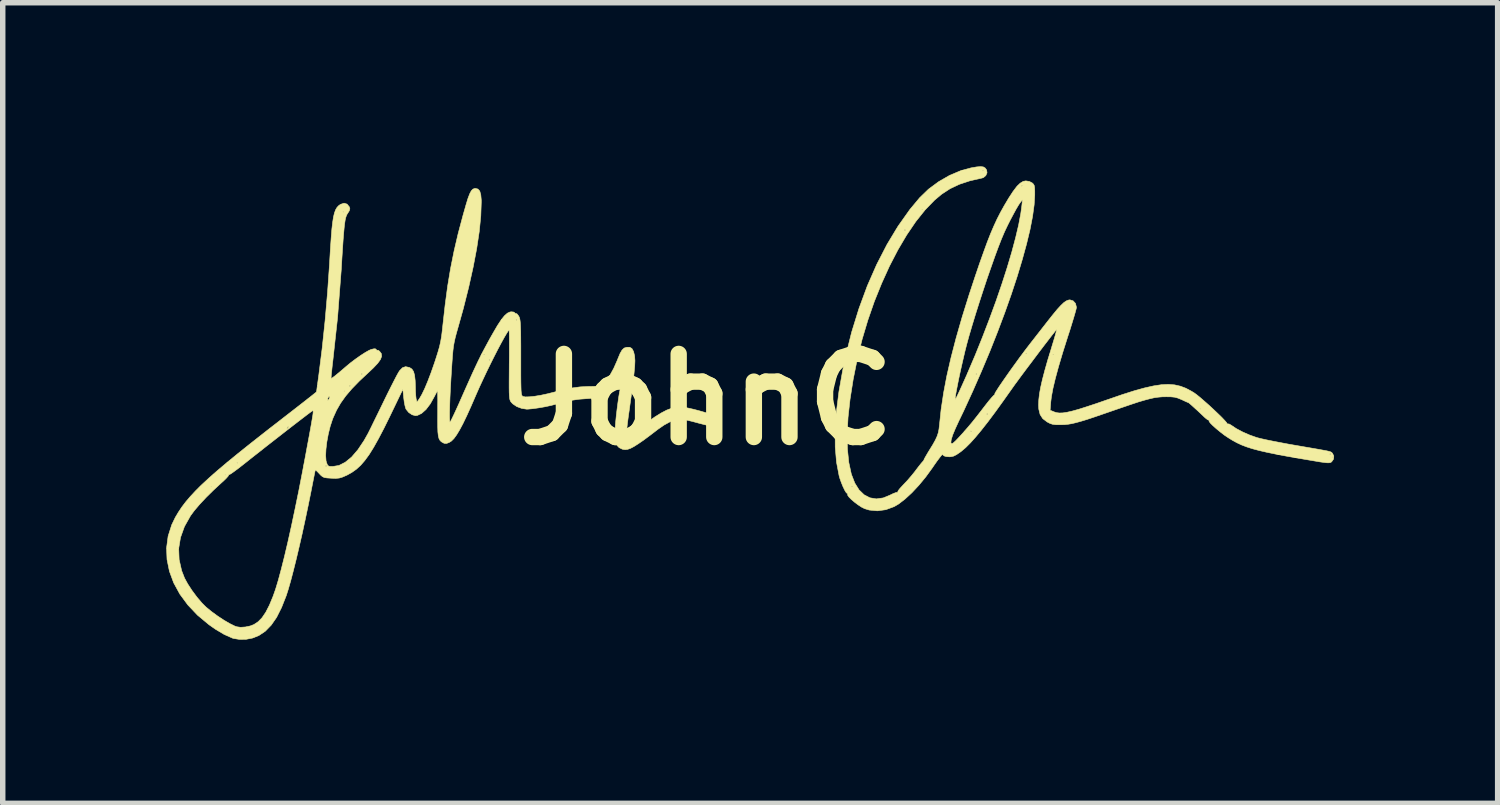
<source format=kicad_pcb>
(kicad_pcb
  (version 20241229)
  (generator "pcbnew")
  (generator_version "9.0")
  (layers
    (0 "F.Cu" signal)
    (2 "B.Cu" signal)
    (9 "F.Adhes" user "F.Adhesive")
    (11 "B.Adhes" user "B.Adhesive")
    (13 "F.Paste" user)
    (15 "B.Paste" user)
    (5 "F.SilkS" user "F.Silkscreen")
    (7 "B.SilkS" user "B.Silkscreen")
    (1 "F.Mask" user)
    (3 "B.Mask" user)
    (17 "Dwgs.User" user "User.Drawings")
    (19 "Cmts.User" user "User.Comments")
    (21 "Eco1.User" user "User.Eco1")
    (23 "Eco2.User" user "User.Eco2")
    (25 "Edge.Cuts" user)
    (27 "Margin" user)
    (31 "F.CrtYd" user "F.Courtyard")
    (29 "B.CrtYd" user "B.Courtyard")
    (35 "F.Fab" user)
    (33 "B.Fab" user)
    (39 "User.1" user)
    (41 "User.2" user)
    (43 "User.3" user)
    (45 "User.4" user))
  (footprint "JohnC"
    (layer "F.Cu")
    (at 9.904 4.275)
    (property "Reference" "JohnC" (at 0 0 0) (layer "F.SilkS") (effects (font (size 1.524 1.524) (thickness 0.3))))
    (attr through_hole)
    (fp_poly (pts (xy 5.079 -4.264) (xy 5.113 -4.244) (xy 5.138 -4.21) (xy 5.14 -4.205) (xy 5.147 -4.156) (xy 5.125 -4.106) (xy 5.082 -4.069) (xy 5.055 -4.06) (xy 4.832 -4.009) (xy 4.639 -3.945) (xy 4.47 -3.865) (xy 4.315 -3.764) (xy 4.183 -3.653) (xy 4.011 -3.475) (xy 3.84 -3.261) (xy 3.673 -3.015) (xy 3.512 -2.742) (xy 3.358 -2.445) (xy 3.214 -2.128) (xy 3.08 -1.796) (xy 2.961 -1.453) (xy 2.856 -1.102) (xy 2.77 -0.754) (xy 2.692 -0.366) (xy 2.635 -0.004) (xy 2.598 0.33) (xy 2.582 0.636) (xy 2.587 0.912) (xy 2.612 1.156) (xy 2.658 1.368) (xy 2.661 1.377) (xy 2.722 1.534) (xy 2.8 1.659) (xy 2.893 1.749) (xy 2.999 1.804) (xy 3.117 1.824) (xy 3.244 1.806) (xy 3.361 1.758) (xy 3.425 1.727) (xy 3.475 1.708) (xy 3.502 1.703) (xy 3.503 1.704) (xy 3.511 1.702) (xy 3.509 1.695) (xy 3.519 1.672) (xy 3.552 1.63) (xy 3.601 1.577) (xy 3.617 1.56) (xy 3.685 1.488) (xy 3.761 1.4) (xy 3.831 1.313) (xy 3.845 1.293) (xy 3.896 1.227) (xy 3.938 1.174) (xy 3.966 1.141) (xy 3.974 1.134) (xy 3.989 1.112) (xy 3.989 1.111) (xy 3.998 1.088) (xy 4.025 1.04) (xy 4.063 0.975) (xy 4.085 0.939) (xy 4.152 0.83) (xy 4.2 0.744) (xy 4.232 0.674) (xy 4.253 0.61) (xy 4.266 0.544) (xy 4.275 0.466) (xy 4.305 0.181) (xy 4.335 -0.015) (xy 4.562 -0.015) (xy 4.564 0) (xy 4.576 -0.017) (xy 4.601 -0.067) (xy 4.637 -0.143) (xy 4.682 -0.241) (xy 4.734 -0.357) (xy 4.783 -0.466) (xy 4.941 -0.466) (xy 4.951 -0.456) (xy 4.961 -0.466) (xy 4.951 -0.476) (xy 4.941 -0.466) (xy 4.783 -0.466) (xy 4.79 -0.484) (xy 4.932 -0.816) (xy 5.066 -1.149) (xy 5.193 -1.48) (xy 5.312 -1.804) (xy 5.42 -2.119) (xy 5.517 -2.42) (xy 5.601 -2.703) (xy 5.671 -2.965) (xy 5.727 -3.202) (xy 5.766 -3.41) (xy 5.784 -3.542) (xy 5.797 -3.661) (xy 5.757 -3.612) (xy 5.725 -3.565) (xy 5.681 -3.491) (xy 5.63 -3.397) (xy 5.574 -3.292) (xy 5.52 -3.184) (xy 5.471 -3.081) (xy 5.46 -3.056) (xy 5.41 -2.938) (xy 5.352 -2.789) (xy 5.287 -2.613) (xy 5.218 -2.417) (xy 5.145 -2.208) (xy 5.073 -1.99) (xy 5.002 -1.772) (xy 4.934 -1.557) (xy 4.872 -1.353) (xy 4.817 -1.166) (xy 4.772 -1.002) (xy 4.771 -0.997) (xy 4.741 -0.879) (xy 4.711 -0.75) (xy 4.68 -0.616) (xy 4.65 -0.482) (xy 4.623 -0.354) (xy 4.6 -0.238) (xy 4.581 -0.139) (xy 4.568 -0.063) (xy 4.562 -0.015) (xy 4.335 -0.015) (xy 4.35 -0.118) (xy 4.41 -0.433) (xy 4.487 -0.768) (xy 4.58 -1.126) (xy 4.69 -1.509) (xy 4.819 -1.922) (xy 4.928 -2.252) (xy 5.01 -2.493) (xy 5.084 -2.701) (xy 5.15 -2.882) (xy 5.212 -3.04) (xy 5.272 -3.18) (xy 5.331 -3.308) (xy 5.393 -3.429) (xy 5.459 -3.548) (xy 5.532 -3.671) (xy 5.54 -3.685) (xy 5.622 -3.811) (xy 5.692 -3.904) (xy 5.707 -3.919) (xy 5.775 -3.919) (xy 5.784 -3.909) (xy 5.794 -3.919) (xy 5.784 -3.929) (xy 5.775 -3.919) (xy 5.707 -3.919) (xy 5.754 -3.965) (xy 5.81 -3.999) (xy 5.859 -4.008) (xy 5.924 -3.997) (xy 5.976 -3.97) (xy 5.998 -3.949) (xy 6.012 -3.924) (xy 6.019 -3.885) (xy 6.022 -3.823) (xy 6.022 -3.747) (xy 6.011 -3.568) (xy 5.982 -3.357) (xy 5.936 -3.118) (xy 5.872 -2.852) (xy 5.793 -2.564) (xy 5.7 -2.256) (xy 5.593 -1.931) (xy 5.473 -1.592) (xy 5.341 -1.241) (xy 5.199 -0.882) (xy 5.046 -0.518) (xy 4.885 -0.151) (xy 4.717 0.215) (xy 4.631 0.393) (xy 4.564 0.539) (xy 4.516 0.654) (xy 4.49 0.739) (xy 4.484 0.793) (xy 4.499 0.813) (xy 4.502 0.814) (xy 4.527 0.799) (xy 4.573 0.757) (xy 4.634 0.693) (xy 4.708 0.612) (xy 4.731 0.585) (xy 4.842 0.585) (xy 4.852 0.595) (xy 4.862 0.585) (xy 4.852 0.575) (xy 4.842 0.585) (xy 4.731 0.585) (xy 4.79 0.518) (xy 4.876 0.416) (xy 4.961 0.309) (xy 4.993 0.268) (xy 5.14 0.268) (xy 5.149 0.278) (xy 5.159 0.268) (xy 5.149 0.258) (xy 5.14 0.268) (xy 4.993 0.268) (xy 5.043 0.204) (xy 5.048 0.197) (xy 5.118 0.106) (xy 5.18 0.027) (xy 5.232 -0.034) (xy 5.267 -0.072) (xy 5.283 -0.084) (xy 5.292 -0.091) (xy 5.288 -0.099) (xy 5.296 -0.12) (xy 5.325 -0.167) (xy 5.371 -0.238) (xy 5.431 -0.326) (xy 5.502 -0.428) (xy 5.58 -0.539) (xy 5.663 -0.654) (xy 5.747 -0.77) (xy 5.802 -0.843) (xy 5.854 -0.843) (xy 5.864 -0.833) (xy 5.874 -0.843) (xy 5.864 -0.853) (xy 5.854 -0.843) (xy 5.802 -0.843) (xy 5.829 -0.88) (xy 5.906 -0.981) (xy 5.945 -1.032) (xy 5.987 -1.085) (xy 6.046 -1.161) (xy 6.118 -1.253) (xy 6.195 -1.352) (xy 6.248 -1.42) (xy 6.351 -1.55) (xy 6.434 -1.651) (xy 6.502 -1.725) (xy 6.557 -1.777) (xy 6.603 -1.808) (xy 6.643 -1.823) (xy 6.667 -1.826) (xy 6.726 -1.808) (xy 6.769 -1.761) (xy 6.786 -1.694) (xy 6.787 -1.689) (xy 6.781 -1.658) (xy 6.764 -1.595) (xy 6.738 -1.505) (xy 6.704 -1.394) (xy 6.665 -1.267) (xy 6.625 -1.145) (xy 6.534 -0.857) (xy 6.459 -0.604) (xy 6.4 -0.387) (xy 6.356 -0.203) (xy 6.328 -0.052) (xy 6.316 0.044) (xy 6.304 0.198) (xy 6.379 0.229) (xy 6.423 0.243) (xy 6.475 0.249) (xy 6.538 0.247) (xy 6.616 0.235) (xy 6.712 0.213) (xy 6.831 0.18) (xy 6.975 0.134) (xy 7.148 0.077) (xy 7.355 0.005) (xy 7.382 -0.004) (xy 7.631 -0.09) (xy 7.848 -0.159) (xy 8.036 -0.211) (xy 8.201 -0.248) (xy 8.345 -0.27) (xy 8.472 -0.276) (xy 8.587 -0.267) (xy 8.693 -0.243) (xy 8.793 -0.205) (xy 8.893 -0.152) (xy 8.946 -0.12) (xy 8.994 -0.085) (xy 9.06 -0.031) (xy 9.136 0.035) (xy 9.219 0.108) (xy 9.302 0.185) (xy 9.381 0.26) (xy 9.451 0.328) (xy 9.505 0.385) (xy 9.54 0.425) (xy 9.549 0.443) (xy 9.556 0.451) (xy 9.562 0.448) (xy 9.588 0.451) (xy 9.627 0.474) (xy 9.627 0.474) (xy 9.718 0.535) (xy 9.835 0.597) (xy 9.963 0.653) (xy 10.09 0.698) (xy 10.104 0.702) (xy 10.171 0.719) (xy 10.27 0.741) (xy 10.393 0.766) (xy 10.533 0.793) (xy 10.682 0.821) (xy 10.809 0.843) (xy 10.983 0.873) (xy 11.123 0.897) (xy 11.232 0.916) (xy 11.314 0.931) (xy 11.373 0.942) (xy 11.414 0.951) (xy 11.441 0.959) (xy 11.457 0.966) (xy 11.467 0.973) (xy 11.475 0.981) (xy 11.48 0.985) (xy 11.506 1.037) (xy 11.501 1.095) (xy 11.469 1.141) (xy 11.456 1.152) (xy 11.44 1.159) (xy 11.417 1.162) (xy 11.381 1.162) (xy 11.328 1.156) (xy 11.255 1.146) (xy 11.155 1.129) (xy 11.024 1.107) (xy 10.889 1.084) (xy 10.762 1.062) (xy 11.47 1.062) (xy 11.48 1.072) (xy 11.49 1.062) (xy 11.48 1.052) (xy 11.47 1.062) (xy 10.762 1.062) (xy 10.653 1.043) (xy 10.452 1.005) (xy 10.437 1.002) (xy 11.43 1.002) (xy 11.44 1.012) (xy 11.45 1.002) (xy 11.44 0.992) (xy 11.43 1.002) (xy 10.437 1.002) (xy 10.281 0.97) (xy 10.137 0.937) (xy 10.013 0.904) (xy 9.907 0.87) (xy 9.813 0.834) (xy 9.728 0.794) (xy 9.646 0.749) (xy 9.573 0.704) (xy 9.5 0.655) (xy 9.425 0.597) (xy 9.353 0.538) (xy 9.29 0.482) (xy 9.244 0.436) (xy 9.22 0.404) (xy 9.219 0.394) (xy 9.219 0.381) (xy 9.214 0.381) (xy 9.191 0.372) (xy 9.153 0.342) (xy 9.136 0.327) (xy 9.073 0.267) (xy 9.006 0.204) (xy 8.967 0.169) (xy 9.049 0.169) (xy 9.059 0.179) (xy 9.069 0.169) (xy 9.059 0.159) (xy 9.049 0.169) (xy 8.967 0.169) (xy 8.943 0.147) (xy 8.89 0.099) (xy 8.853 0.068) (xy 8.841 0.059) (xy 8.819 0.051) (xy 8.772 0.03) (xy 8.717 0.004) (xy 8.649 -0.024) (xy 8.587 -0.041) (xy 8.515 -0.048) (xy 8.434 -0.049) (xy 8.362 -0.048) (xy 8.293 -0.042) (xy 8.219 -0.032) (xy 8.138 -0.014) (xy 8.043 0.011) (xy 7.93 0.044) (xy 7.794 0.089) (xy 7.63 0.145) (xy 7.464 0.202) (xy 7.27 0.269) (xy 7.11 0.324) (xy 6.978 0.368) (xy 6.869 0.401) (xy 6.778 0.426) (xy 6.702 0.444) (xy 6.636 0.455) (xy 6.575 0.462) (xy 6.513 0.464) (xy 6.499 0.464) (xy 6.413 0.464) (xy 6.353 0.457) (xy 6.303 0.441) (xy 6.251 0.414) (xy 6.248 0.412) (xy 6.169 0.352) (xy 6.12 0.276) (xy 6.096 0.178) (xy 6.092 0.103) (xy 6.096 0.008) (xy 6.108 -0.099) (xy 6.13 -0.221) (xy 6.162 -0.362) (xy 6.205 -0.527) (xy 6.26 -0.721) (xy 6.292 -0.824) (xy 6.35 -0.824) (xy 6.36 -0.814) (xy 6.37 -0.824) (xy 6.36 -0.833) (xy 6.35 -0.824) (xy 6.292 -0.824) (xy 6.329 -0.946) (xy 6.333 -0.96) (xy 6.365 -1.065) (xy 6.392 -1.156) (xy 6.412 -1.227) (xy 6.422 -1.271) (xy 6.424 -1.282) (xy 6.411 -1.269) (xy 6.378 -1.228) (xy 6.327 -1.163) (xy 6.264 -1.081) (xy 6.189 -0.984) (xy 6.108 -0.877) (xy 6.023 -0.764) (xy 5.938 -0.651) (xy 5.855 -0.541) (xy 5.779 -0.439) (xy 5.713 -0.349) (xy 5.659 -0.276) (xy 5.625 -0.228) (xy 5.453 0.015) (xy 5.301 0.226) (xy 5.165 0.408) (xy 5.044 0.562) (xy 4.937 0.691) (xy 4.842 0.797) (xy 4.756 0.883) (xy 4.678 0.949) (xy 4.657 0.965) (xy 4.587 1.013) (xy 4.533 1.04) (xy 4.482 1.051) (xy 4.454 1.052) (xy 4.399 1.048) (xy 4.362 1.037) (xy 4.356 1.032) (xy 4.331 1.013) (xy 4.326 1.012) (xy 4.309 1.028) (xy 4.275 1.071) (xy 4.227 1.135) (xy 4.171 1.215) (xy 4.144 1.255) (xy 4.024 1.42) (xy 3.897 1.574) (xy 3.768 1.712) (xy 3.642 1.828) (xy 3.525 1.918) (xy 3.443 1.966) (xy 3.291 2.022) (xy 3.137 2.043) (xy 2.988 2.029) (xy 2.902 2.003) (xy 2.846 1.975) (xy 2.782 1.933) (xy 2.717 1.884) (xy 2.658 1.834) (xy 2.614 1.789) (xy 2.591 1.756) (xy 2.591 1.744) (xy 2.589 1.727) (xy 2.584 1.726) (xy 2.564 1.709) (xy 2.536 1.663) (xy 2.505 1.597) (xy 2.659 1.597) (xy 2.669 1.607) (xy 2.679 1.597) (xy 2.669 1.587) (xy 2.659 1.597) (xy 2.505 1.597) (xy 2.504 1.596) (xy 2.473 1.519) (xy 2.445 1.44) (xy 2.434 1.399) (xy 2.387 1.152) (xy 2.363 0.873) (xy 2.362 0.564) (xy 2.385 0.225) (xy 2.431 -0.144) (xy 2.501 -0.54) (xy 2.552 -0.784) (xy 2.664 -1.233) (xy 2.798 -1.666) (xy 2.951 -2.081) (xy 3.123 -2.473) (xy 3.312 -2.84) (xy 3.472 -3.106) (xy 3.631 -3.106) (xy 3.641 -3.096) (xy 3.651 -3.106) (xy 3.641 -3.115) (xy 3.631 -3.106) (xy 3.472 -3.106) (xy 3.516 -3.178) (xy 3.732 -3.483) (xy 3.949 -3.483) (xy 3.959 -3.473) (xy 3.969 -3.483) (xy 3.959 -3.493) (xy 3.949 -3.483) (xy 3.732 -3.483) (xy 3.733 -3.484) (xy 3.913 -3.7) (xy 4.073 -3.855) (xy 4.258 -3.992) (xy 4.459 -4.108) (xy 4.665 -4.195) (xy 4.673 -4.197) (xy 5.06 -4.197) (xy 5.07 -4.187) (xy 5.08 -4.197) (xy 5.07 -4.207) (xy 5.06 -4.197) (xy 4.673 -4.197) (xy 4.852 -4.246) (xy 4.956 -4.264) (xy 5.029 -4.27) (xy 5.079 -4.264)) (stroke (width 0.01) (type solid)) (fill yes) (layer "F.SilkS"))
    (fp_poly (pts (xy -4.189 -3.858) (xy -4.156 -3.821) (xy -4.137 -3.755) (xy -4.128 -3.656) (xy -4.128 -3.612) (xy -4.137 -3.363) (xy -4.165 -3.08) (xy -4.212 -2.767) (xy -4.277 -2.426) (xy -4.359 -2.057) (xy -4.458 -1.664) (xy -4.553 -1.324) (xy -4.583 -1.219) (xy -4.606 -1.132) (xy -4.623 -1.055) (xy -4.637 -0.98) (xy -4.647 -0.897) (xy -4.656 -0.798) (xy -4.665 -0.673) (xy -4.672 -0.57) (xy -4.684 -0.378) (xy -4.694 -0.198) (xy -4.702 -0.034) (xy -4.707 0.11) (xy -4.71 0.231) (xy -4.71 0.325) (xy -4.708 0.388) (xy -4.703 0.416) (xy -4.702 0.417) (xy -4.69 0.399) (xy -4.665 0.351) (xy -4.629 0.276) (xy -4.585 0.181) (xy -4.535 0.071) (xy -4.515 0.025) (xy -4.427 -0.174) (xy -4.352 -0.342) (xy -4.288 -0.485) (xy -4.231 -0.607) (xy -4.18 -0.715) (xy -4.175 -0.724) (xy -3.989 -0.724) (xy -3.979 -0.714) (xy -3.969 -0.724) (xy -3.979 -0.734) (xy -3.989 -0.724) (xy -4.175 -0.724) (xy -4.131 -0.814) (xy -4.126 -0.824) (xy -4.088 -0.824) (xy -4.078 -0.814) (xy -4.068 -0.824) (xy -4.078 -0.833) (xy -4.088 -0.824) (xy -4.126 -0.824) (xy -4.081 -0.909) (xy -4.029 -1.006) (xy -3.972 -1.111) (xy -3.912 -1.217) (xy -3.831 -1.356) (xy -3.763 -1.459) (xy -3.493 -1.459) (xy -3.483 -1.449) (xy -3.473 -1.459) (xy -3.483 -1.468) (xy -3.493 -1.459) (xy -3.763 -1.459) (xy -3.762 -1.461) (xy -3.702 -1.535) (xy -3.649 -1.582) (xy -3.601 -1.604) (xy -3.575 -1.607) (xy -3.532 -1.602) (xy -3.512 -1.587) (xy -3.512 -1.586) (xy -3.5 -1.574) (xy -3.493 -1.577) (xy -3.473 -1.569) (xy -3.446 -1.535) (xy -3.439 -1.524) (xy -3.429 -1.503) (xy -3.422 -1.478) (xy -3.416 -1.443) (xy -3.411 -1.395) (xy -3.408 -1.329) (xy -3.405 -1.241) (xy -3.404 -1.127) (xy -3.403 -0.982) (xy -3.403 -0.803) (xy -3.403 -0.768) (xy -3.403 -0.584) (xy -3.403 -0.435) (xy -3.402 -0.319) (xy -3.4 -0.23) (xy -3.398 -0.165) (xy -3.394 -0.119) (xy -3.389 -0.089) (xy -3.382 -0.071) (xy -3.373 -0.061) (xy -3.364 -0.055) (xy -3.321 -0.046) (xy -3.247 -0.048) (xy -3.149 -0.058) (xy -3.034 -0.077) (xy -2.909 -0.104) (xy -2.791 -0.134) (xy -2.733 -0.149) (xy -1.746 -0.149) (xy -1.736 -0.139) (xy -1.726 -0.149) (xy -1.736 -0.159) (xy -1.746 -0.149) (xy -2.733 -0.149) (xy -2.612 -0.18) (xy -2.457 -0.211) (xy -2.316 -0.23) (xy -2.176 -0.237) (xy -2.151 -0.237) (xy -2.063 -0.239) (xy -2.003 -0.244) (xy -1.96 -0.255) (xy -1.922 -0.274) (xy -1.892 -0.295) (xy -1.83 -0.356) (xy -1.765 -0.45) (xy -1.698 -0.572) (xy -1.635 -0.715) (xy -1.622 -0.748) (xy -1.582 -0.844) (xy -1.546 -0.906) (xy -1.508 -0.942) (xy -1.461 -0.956) (xy -1.404 -0.956) (xy -1.365 -0.933) (xy -1.335 -0.878) (xy -1.316 -0.797) (xy -1.31 -0.71) (xy -1.314 -0.615) (xy -1.326 -0.484) (xy -1.344 -0.318) (xy -1.371 -0.115) (xy -1.405 0.126) (xy -1.406 0.139) (xy -1.43 0.304) (xy -1.447 0.433) (xy -1.458 0.53) (xy -1.462 0.599) (xy -1.462 0.644) (xy -1.455 0.668) (xy -1.445 0.675) (xy -1.419 0.663) (xy -1.369 0.632) (xy -1.304 0.585) (xy -1.24 0.537) (xy -1.08 0.416) (xy -0.945 0.321) (xy -0.829 0.249) (xy -0.728 0.196) (xy -0.637 0.162) (xy -0.551 0.144) (xy -0.472 0.139) (xy -0.412 0.144) (xy -0.331 0.159) (xy -0.235 0.181) (xy -0.135 0.207) (xy -0.037 0.235) (xy 0.049 0.263) (xy 0.114 0.288) (xy 0.151 0.309) (xy 0.154 0.312) (xy 0.177 0.372) (xy 0.165 0.433) (xy 0.14 0.465) (xy 0.123 0.479) (xy 0.103 0.486) (xy 0.073 0.486) (xy 0.026 0.477) (xy -0.044 0.46) (xy -0.145 0.434) (xy -0.163 0.429) (xy -0.264 0.402) (xy -0.356 0.38) (xy -0.429 0.365) (xy -0.475 0.357) (xy -0.48 0.357) (xy -0.564 0.371) (xy -0.666 0.41) (xy -0.776 0.47) (xy -0.883 0.544) (xy -1.031 0.657) (xy -1.152 0.747) (xy -1.251 0.815) (xy -1.33 0.865) (xy -1.393 0.898) (xy -1.445 0.916) (xy -1.489 0.921) (xy -1.528 0.916) (xy -1.545 0.911) (xy -1.6 0.884) (xy -1.638 0.844) (xy -1.661 0.784) (xy -1.669 0.724) (xy -1.488 0.724) (xy -1.478 0.734) (xy -1.468 0.724) (xy -1.478 0.714) (xy -1.488 0.724) (xy -1.669 0.724) (xy -1.672 0.698) (xy -1.674 0.585) (xy -1.671 0.507) (xy -1.663 0.408) (xy -1.652 0.297) (xy -1.638 0.18) (xy -1.623 0.065) (xy -1.608 -0.041) (xy -1.593 -0.13) (xy -1.579 -0.195) (xy -1.568 -0.227) (xy -1.568 -0.228) (xy -1.561 -0.262) (xy -1.565 -0.283) (xy -1.577 -0.297) (xy -1.596 -0.288) (xy -1.629 -0.252) (xy -1.655 -0.22) (xy -1.715 -0.151) (xy -1.775 -0.1) (xy -1.841 -0.065) (xy -1.923 -0.041) (xy -2.028 -0.026) (xy -2.153 -0.017) (xy -2.329 -0.004) (xy -2.484 0.018) (xy -2.635 0.052) (xy -2.765 0.089) (xy -2.854 0.112) (xy -2.962 0.135) (xy -3.077 0.155) (xy -3.184 0.17) (xy -3.271 0.178) (xy -3.293 0.179) (xy -3.386 0.165) (xy -3.477 0.131) (xy -3.552 0.08) (xy -3.585 0.044) (xy -3.595 0.026) (xy -3.603 0.005) (xy -3.609 -0.026) (xy -3.613 -0.069) (xy -3.616 -0.131) (xy -3.617 -0.214) (xy -3.617 -0.324) (xy -3.616 -0.464) (xy -3.615 -0.64) (xy -3.613 -0.794) (xy -3.613 -0.934) (xy -3.613 -1.055) (xy -3.613 -1.154) (xy -3.615 -1.225) (xy -3.617 -1.264) (xy -3.618 -1.27) (xy -3.636 -1.253) (xy -3.667 -1.204) (xy -3.711 -1.129) (xy -3.765 -1.031) (xy -3.826 -0.916) (xy -3.892 -0.787) (xy -3.96 -0.651) (xy -4.029 -0.51) (xy -4.095 -0.37) (xy -4.158 -0.235) (xy -4.213 -0.111) (xy -4.223 -0.088) (xy -4.315 0.124) (xy -4.395 0.301) (xy -4.465 0.446) (xy -4.527 0.562) (xy -4.581 0.651) (xy -4.63 0.718) (xy -4.675 0.763) (xy -4.716 0.789) (xy -4.766 0.808) (xy -4.805 0.806) (xy -4.829 0.795) (xy -4.862 0.775) (xy -4.886 0.75) (xy -4.904 0.716) (xy -4.916 0.666) (xy -4.924 0.596) (xy -4.927 0.501) (xy -4.928 0.375) (xy -4.927 0.255) (xy -4.927 0.131) (xy -4.926 0.023) (xy -4.927 -0.065) (xy -4.928 -0.127) (xy -4.929 -0.157) (xy -4.93 -0.159) (xy -4.941 -0.142) (xy -4.964 -0.1) (xy -4.988 -0.053) (xy -5.063 0.081) (xy -5.142 0.185) (xy -5.222 0.256) (xy -5.299 0.293) (xy -5.335 0.298) (xy -5.397 0.281) (xy -5.459 0.239) (xy -5.506 0.181) (xy -5.514 0.164) (xy -5.527 0.117) (xy -5.541 0.045) (xy -5.551 -0.035) (xy -5.551 -0.038) (xy -5.566 -0.186) (xy -5.804 0.308) (xy -5.914 0.531) (xy -6.013 0.72) (xy -6.102 0.879) (xy -6.185 1.012) (xy -6.264 1.12) (xy -6.341 1.209) (xy -6.42 1.281) (xy -6.502 1.339) (xy -6.59 1.388) (xy -6.604 1.394) (xy -6.675 1.425) (xy -6.733 1.442) (xy -6.796 1.448) (xy -6.878 1.445) (xy -6.956 1.44) (xy -7.007 1.432) (xy -7.042 1.415) (xy -7.076 1.386) (xy -7.098 1.362) (xy -7.137 1.321) (xy -7.164 1.296) (xy -7.171 1.293) (xy -7.176 1.314) (xy -7.187 1.367) (xy -7.203 1.448) (xy -7.223 1.549) (xy -7.246 1.666) (xy -7.25 1.687) (xy -7.303 1.949) (xy -7.358 2.21) (xy -7.413 2.464) (xy -7.469 2.708) (xy -7.523 2.936) (xy -7.575 3.144) (xy -7.623 3.327) (xy -7.667 3.481) (xy -7.705 3.6) (xy -7.706 3.602) (xy -7.791 3.817) (xy -7.881 3.996) (xy -7.98 4.139) (xy -8.088 4.25) (xy -8.207 4.33) (xy -8.322 4.376) (xy -8.44 4.399) (xy -8.561 4.401) (xy -8.669 4.384) (xy -8.692 4.377) (xy -8.844 4.309) (xy -9.005 4.213) (xy -9.123 4.13) (xy -9.332 3.956) (xy -9.51 3.768) (xy -9.656 3.57) (xy -9.769 3.363) (xy -9.847 3.151) (xy -9.891 2.936) (xy -9.899 2.734) (xy -9.677 2.734) (xy -9.669 2.937) (xy -9.623 3.14) (xy -9.57 3.276) (xy -9.511 3.384) (xy -9.432 3.505) (xy -9.342 3.626) (xy -9.25 3.734) (xy -9.177 3.807) (xy -9.077 3.889) (xy -8.965 3.971) (xy -8.85 4.047) (xy -8.742 4.11) (xy -8.649 4.156) (xy -8.612 4.169) (xy -8.543 4.179) (xy -8.454 4.173) (xy -8.364 4.154) (xy -8.297 4.128) (xy -8.219 4.076) (xy -8.148 4.003) (xy -8.08 3.903) (xy -8.013 3.772) (xy -7.946 3.61) (xy -7.9 3.48) (xy -7.85 3.314) (xy -7.796 3.113) (xy -7.737 2.879) (xy -7.675 2.616) (xy -7.61 2.324) (xy -7.543 2.007) (xy -7.473 1.667) (xy -7.403 1.306) (xy -7.387 1.22) (xy -6.985 1.22) (xy -6.975 1.23) (xy -6.965 1.22) (xy -6.975 1.21) (xy -6.985 1.22) (xy -7.387 1.22) (xy -7.355 1.052) (xy -7.317 0.846) (xy -7.285 0.676) (xy -7.26 0.539) (xy -7.241 0.431) (xy -7.227 0.348) (xy -7.217 0.288) (xy -7.212 0.247) (xy -7.211 0.222) (xy -7.213 0.21) (xy -7.218 0.207) (xy -7.225 0.209) (xy -7.228 0.211) (xy -7.254 0.23) (xy -7.308 0.27) (xy -7.384 0.328) (xy -7.478 0.4) (xy -7.587 0.484) (xy -7.706 0.576) (xy -7.83 0.673) (xy -7.956 0.771) (xy -8.079 0.867) (xy -8.195 0.959) (xy -8.3 1.041) (xy -8.39 1.112) (xy -8.422 1.138) (xy -8.516 1.212) (xy -8.6 1.277) (xy -8.669 1.328) (xy -8.719 1.363) (xy -8.743 1.376) (xy -8.744 1.376) (xy -8.762 1.384) (xy -8.761 1.39) (xy -8.771 1.408) (xy -8.805 1.446) (xy -8.857 1.497) (xy -8.894 1.53) (xy -9.037 1.662) (xy -9.171 1.794) (xy -9.29 1.921) (xy -9.389 2.037) (xy -9.46 2.133) (xy -9.572 2.332) (xy -9.644 2.533) (xy -9.677 2.734) (xy -9.899 2.734) (xy -9.899 2.721) (xy -9.871 2.508) (xy -9.805 2.3) (xy -9.739 2.163) (xy -9.683 2.069) (xy -9.62 1.974) (xy -9.548 1.879) (xy -9.463 1.779) (xy -9.365 1.674) (xy -9.288 1.597) (xy -9.088 1.597) (xy -9.079 1.607) (xy -9.069 1.597) (xy -9.079 1.587) (xy -9.088 1.597) (xy -9.288 1.597) (xy -9.252 1.562) (xy -9.12 1.44) (xy -9.051 1.379) (xy -8.83 1.379) (xy -8.821 1.389) (xy -8.811 1.379) (xy -8.821 1.369) (xy -8.83 1.379) (xy -9.051 1.379) (xy -8.968 1.306) (xy -8.796 1.161) (xy -8.612 1.161) (xy -8.602 1.171) (xy -8.592 1.161) (xy -8.602 1.151) (xy -8.612 1.161) (xy -8.796 1.161) (xy -8.794 1.159) (xy -8.596 0.997) (xy -8.371 0.817) (xy -8.118 0.618) (xy -8.011 0.534) (xy -7.695 0.534) (xy -7.692 0.536) (xy -7.674 0.522) (xy -7.67 0.516) (xy -7.665 0.497) (xy -7.667 0.496) (xy -7.685 0.51) (xy -7.689 0.516) (xy -7.695 0.534) (xy -8.011 0.534) (xy -7.888 0.439) (xy -7.758 0.338) (xy -7.633 0.241) (xy -7.517 0.151) (xy -7.417 0.073) (xy -7.336 0.01) (xy -7.319 -0.004) (xy -6.945 -0.004) (xy -6.942 0.018) (xy -6.928 0.004) (xy -6.925 0) (xy -6.909 -0.034) (xy -6.906 -0.046) (xy -6.918 -0.053) (xy -6.925 -0.05) (xy -6.943 -0.021) (xy -6.945 -0.004) (xy -7.319 -0.004) (xy -7.279 -0.035) (xy -7.261 -0.049) (xy -7.15 -0.138) (xy -7.148 -0.149) (xy -6.648 -0.149) (xy -6.638 -0.139) (xy -6.628 -0.149) (xy -6.638 -0.159) (xy -6.648 -0.149) (xy -7.148 -0.149) (xy -7.135 -0.248) (xy -6.548 -0.248) (xy -6.539 -0.238) (xy -6.529 -0.248) (xy -6.539 -0.258) (xy -6.548 -0.248) (xy -7.135 -0.248) (xy -7.107 -0.451) (xy -7.046 -0.937) (xy -6.992 -1.447) (xy -6.947 -1.966) (xy -6.911 -2.48) (xy -6.906 -2.57) (xy -6.893 -2.789) (xy -6.88 -2.973) (xy -6.868 -3.124) (xy -6.854 -3.246) (xy -6.839 -3.343) (xy -6.821 -3.418) (xy -6.812 -3.443) (xy -6.668 -3.443) (xy -6.658 -3.433) (xy -6.648 -3.443) (xy -6.658 -3.453) (xy -6.668 -3.443) (xy -6.812 -3.443) (xy -6.8 -3.476) (xy -6.775 -3.519) (xy -6.746 -3.551) (xy -6.712 -3.576) (xy -6.708 -3.578) (xy -6.644 -3.599) (xy -6.589 -3.582) (xy -6.547 -3.53) (xy -6.538 -3.497) (xy -6.548 -3.46) (xy -6.576 -3.416) (xy -6.591 -3.393) (xy -6.603 -3.366) (xy -6.614 -3.333) (xy -6.624 -3.288) (xy -6.633 -3.229) (xy -6.642 -3.152) (xy -6.651 -3.054) (xy -6.661 -2.931) (xy -6.671 -2.78) (xy -6.683 -2.596) (xy -6.696 -2.376) (xy -6.698 -2.351) (xy -6.764 -1.496) (xy -6.848 -0.728) (xy -6.861 -0.617) (xy -6.871 -0.521) (xy -6.879 -0.446) (xy -6.882 -0.399) (xy -6.881 -0.386) (xy -6.862 -0.394) (xy -6.816 -0.428) (xy -6.769 -0.466) (xy -6.33 -0.466) (xy -6.32 -0.456) (xy -6.31 -0.466) (xy -6.32 -0.476) (xy -6.33 -0.466) (xy -6.769 -0.466) (xy -6.746 -0.485) (xy -6.654 -0.563) (xy -6.603 -0.607) (xy -6.523 -0.673) (xy -6.433 -0.741) (xy -6.342 -0.805) (xy -6.257 -0.86) (xy -6.188 -0.899) (xy -6.149 -0.916) (xy -6.095 -0.929) (xy -6.066 -0.927) (xy -6.051 -0.911) (xy -6.036 -0.896) (xy -6.033 -0.901) (xy -6.02 -0.903) (xy -5.993 -0.883) (xy -5.961 -0.841) (xy -5.955 -0.792) (xy -5.976 -0.734) (xy -6.027 -0.663) (xy -6.108 -0.577) (xy -6.194 -0.496) (xy -6.363 -0.338) (xy -6.502 -0.195) (xy -6.615 -0.062) (xy -6.707 0.067) (xy -6.782 0.197) (xy -6.844 0.334) (xy -6.858 0.37) (xy -6.9 0.498) (xy -6.934 0.637) (xy -6.96 0.778) (xy -6.976 0.911) (xy -6.982 1.029) (xy -6.975 1.123) (xy -6.966 1.158) (xy -6.948 1.203) (xy -6.925 1.224) (xy -6.883 1.23) (xy -6.854 1.23) (xy -6.738 1.211) (xy -6.622 1.152) (xy -6.505 1.056) (xy -6.39 0.922) (xy -6.277 0.753) (xy -6.205 0.625) (xy -6.183 0.581) (xy -6.146 0.507) (xy -6.098 0.408) (xy -6.041 0.292) (xy -5.978 0.163) (xy -5.914 0.031) (xy -5.849 -0.102) (xy -5.787 -0.226) (xy -5.731 -0.336) (xy -5.684 -0.427) (xy -5.648 -0.492) (xy -5.626 -0.527) (xy -5.626 -0.527) (xy -5.572 -0.582) (xy -5.516 -0.601) (xy -5.449 -0.587) (xy -5.441 -0.584) (xy -5.4 -0.557) (xy -5.37 -0.512) (xy -5.351 -0.443) (xy -5.34 -0.345) (xy -5.336 -0.228) (xy -5.334 -0.142) (xy -5.329 -0.066) (xy -5.323 -0.013) (xy -5.32 -0.001) (xy -5.307 0.048) (xy -5.261 -0.016) (xy -5.218 -0.09) (xy -5.166 -0.197) (xy -5.109 -0.333) (xy -5.048 -0.493) (xy -4.985 -0.673) (xy -4.965 -0.734) (xy -4.924 -0.863) (xy -4.894 -0.967) (xy -4.873 -1.062) (xy -4.856 -1.16) (xy -4.842 -1.275) (xy -4.833 -1.359) (xy -4.791 -1.732) (xy -4.745 -2.077) (xy -4.691 -2.402) (xy -4.627 -2.721) (xy -4.552 -3.042) (xy -4.463 -3.376) (xy -4.408 -3.569) (xy -4.372 -3.687) (xy -4.34 -3.771) (xy -4.311 -3.826) (xy -4.281 -3.857) (xy -4.248 -3.869) (xy -4.237 -3.87) (xy -4.189 -3.858)) (stroke (width 0.01) (type solid)) (fill yes) (layer "F.SilkS")))
  (gr_rect
    (start -3 -3)
    (end 24.415 11.682)
    (stroke (width 0.1) (type default))
    (fill no)
    (layer "Edge.Cuts")))
</source>
